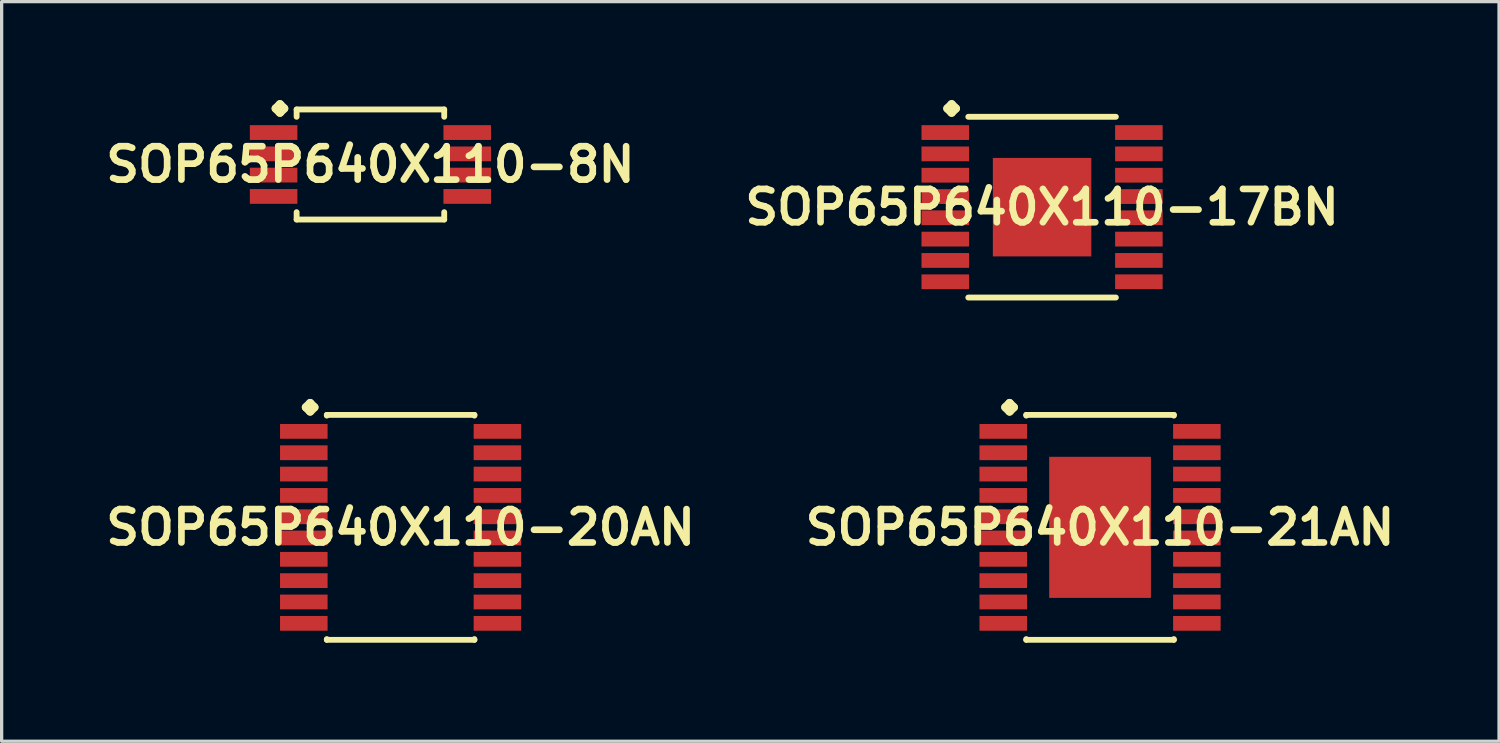
<source format=kicad_pcb>
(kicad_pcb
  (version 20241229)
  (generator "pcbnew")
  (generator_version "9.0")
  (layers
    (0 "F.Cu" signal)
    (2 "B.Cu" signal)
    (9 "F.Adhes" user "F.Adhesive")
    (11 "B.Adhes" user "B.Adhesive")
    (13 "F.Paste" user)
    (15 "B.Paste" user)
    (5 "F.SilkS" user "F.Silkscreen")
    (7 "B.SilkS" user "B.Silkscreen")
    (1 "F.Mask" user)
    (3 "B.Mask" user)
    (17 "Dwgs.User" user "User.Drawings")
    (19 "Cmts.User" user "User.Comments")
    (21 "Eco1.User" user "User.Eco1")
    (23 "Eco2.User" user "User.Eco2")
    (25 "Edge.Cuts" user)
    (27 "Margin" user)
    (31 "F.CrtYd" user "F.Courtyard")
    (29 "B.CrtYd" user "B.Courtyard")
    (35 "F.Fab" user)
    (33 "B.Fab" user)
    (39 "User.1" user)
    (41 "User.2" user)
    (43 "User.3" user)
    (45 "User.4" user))
  (footprint "SOP65P640X110-21AN"
    (layer "F.Cu")
    (at 30.461 13.015)
    (property "Reference" "SOP65P640X110-21AN" (at 0 0 0) (layer "F.SilkS") (effects (font (size 1.016 1.016) (thickness 0.203))))
    (attr smd)
    (fp_line (start -2.883 -3.658) (end -2.756 -3.785) (stroke (width 0.254) (type solid)) (layer "F.SilkS"))
    (fp_line (start -2.756 -3.785) (end -2.629 -3.658) (stroke (width 0.254) (type solid)) (layer "F.SilkS"))
    (fp_line (start -2.756 -3.531) (end -2.883 -3.658) (stroke (width 0.254) (type solid)) (layer "F.SilkS"))
    (fp_line (start -2.629 -3.658) (end -2.756 -3.531) (stroke (width 0.254) (type solid)) (layer "F.SilkS"))
    (fp_line (start -2.248 -3.426) (end 2.248 -3.426) (stroke (width 0.178) (type solid)) (layer "F.SilkS"))
    (fp_line (start -2.248 -3.404) (end -2.248 -3.426) (stroke (width 0.178) (type solid)) (layer "F.SilkS"))
    (fp_line (start -2.248 3.404) (end -2.248 3.426) (stroke (width 0.178) (type solid)) (layer "F.SilkS"))
    (fp_line (start -2.248 3.426) (end 2.248 3.426) (stroke (width 0.178) (type solid)) (layer "F.SilkS"))
    (fp_line (start 2.248 -3.426) (end 2.248 -3.404) (stroke (width 0.178) (type solid)) (layer "F.SilkS"))
    (fp_line (start 2.248 3.426) (end 2.248 3.404) (stroke (width 0.178) (type solid)) (layer "F.SilkS"))
    (pad "1" smd rect (at -2.949 -2.924) (size 1.448 0.45) (layers "F.Cu" "F.Mask" "F.Paste"))
    (pad "2" smd rect (at -2.949 -2.273) (size 1.448 0.45) (layers "F.Cu" "F.Mask" "F.Paste"))
    (pad "3" smd rect (at -2.949 -1.623) (size 1.448 0.45) (layers "F.Cu" "F.Mask" "F.Paste"))
    (pad "4" smd rect (at -2.949 -0.973) (size 1.448 0.45) (layers "F.Cu" "F.Mask" "F.Paste"))
    (pad "5" smd rect (at -2.949 -0.323) (size 1.448 0.45) (layers "F.Cu" "F.Mask" "F.Paste"))
    (pad "6" smd rect (at -2.949 0.323) (size 1.448 0.45) (layers "F.Cu" "F.Mask" "F.Paste"))
    (pad "7" smd rect (at -2.949 0.973) (size 1.448 0.45) (layers "F.Cu" "F.Mask" "F.Paste"))
    (pad "8" smd rect (at -2.949 1.623) (size 1.448 0.45) (layers "F.Cu" "F.Mask" "F.Paste"))
    (pad "9" smd rect (at -2.949 2.273) (size 1.448 0.45) (layers "F.Cu" "F.Mask" "F.Paste"))
    (pad "10" smd rect (at -2.949 2.924) (size 1.448 0.45) (layers "F.Cu" "F.Mask" "F.Paste"))
    (pad "11" smd rect (at 2.949 2.924) (size 1.448 0.45) (layers "F.Cu" "F.Mask" "F.Paste"))
    (pad "12" smd rect (at 2.949 2.273) (size 1.448 0.45) (layers "F.Cu" "F.Mask" "F.Paste"))
    (pad "13" smd rect (at 2.949 1.623) (size 1.448 0.45) (layers "F.Cu" "F.Mask" "F.Paste"))
    (pad "14" smd rect (at 2.949 0.973) (size 1.448 0.45) (layers "F.Cu" "F.Mask" "F.Paste"))
    (pad "15" smd rect (at 2.949 0.323) (size 1.448 0.45) (layers "F.Cu" "F.Mask" "F.Paste"))
    (pad "16" smd rect (at 2.949 -0.323) (size 1.448 0.45) (layers "F.Cu" "F.Mask" "F.Paste"))
    (pad "17" smd rect (at 2.949 -0.973) (size 1.448 0.45) (layers "F.Cu" "F.Mask" "F.Paste"))
    (pad "18" smd rect (at 2.949 -1.623) (size 1.448 0.45) (layers "F.Cu" "F.Mask" "F.Paste"))
    (pad "19" smd rect (at 2.949 -2.273) (size 1.448 0.45) (layers "F.Cu" "F.Mask" "F.Paste"))
    (pad "20" smd rect (at 2.949 -2.924) (size 1.448 0.45) (layers "F.Cu" "F.Mask" "F.Paste"))
    (pad "21" smd rect (at 0 0) (size 3.099 4.298) (layers "F.Cu" "F.Mask" "F.Paste")))
  (footprint "SOP65P640X110-17BN"
    (layer "F.Cu")
    (at 28.695 3.261)
    (property "Reference" "SOP65P640X110-17BN" (at 0 0 0) (layer "F.SilkS") (effects (font (size 1.016 1.016) (thickness 0.203))))
    (attr smd)
    (fp_line (start -2.883 -3.007) (end -2.756 -3.134) (stroke (width 0.254) (type solid)) (layer "F.SilkS"))
    (fp_line (start -2.756 -3.134) (end -2.629 -3.007) (stroke (width 0.254) (type solid)) (layer "F.SilkS"))
    (fp_line (start -2.756 -2.88) (end -2.883 -3.007) (stroke (width 0.254) (type solid)) (layer "F.SilkS"))
    (fp_line (start -2.629 -3.007) (end -2.756 -2.88) (stroke (width 0.254) (type solid)) (layer "F.SilkS"))
    (fp_line (start -2.248 -2.753) (end 2.248 -2.753) (stroke (width 0.178) (type solid)) (layer "F.SilkS"))
    (fp_line (start -2.248 2.753) (end 2.248 2.753) (stroke (width 0.178) (type solid)) (layer "F.SilkS"))
    (pad "1" smd rect (at -2.949 -2.273) (size 1.448 0.45) (layers "F.Cu" "F.Mask" "F.Paste"))
    (pad "2" smd rect (at -2.949 -1.623) (size 1.448 0.45) (layers "F.Cu" "F.Mask" "F.Paste"))
    (pad "3" smd rect (at -2.949 -0.973) (size 1.448 0.45) (layers "F.Cu" "F.Mask" "F.Paste"))
    (pad "4" smd rect (at -2.949 -0.323) (size 1.448 0.45) (layers "F.Cu" "F.Mask" "F.Paste"))
    (pad "5" smd rect (at -2.949 0.323) (size 1.448 0.45) (layers "F.Cu" "F.Mask" "F.Paste"))
    (pad "6" smd rect (at -2.949 0.973) (size 1.448 0.45) (layers "F.Cu" "F.Mask" "F.Paste"))
    (pad "7" smd rect (at -2.949 1.623) (size 1.448 0.45) (layers "F.Cu" "F.Mask" "F.Paste"))
    (pad "8" smd rect (at -2.949 2.273) (size 1.448 0.45) (layers "F.Cu" "F.Mask" "F.Paste"))
    (pad "9" smd rect (at 2.949 2.273) (size 1.448 0.45) (layers "F.Cu" "F.Mask" "F.Paste"))
    (pad "10" smd rect (at 2.949 1.623) (size 1.448 0.45) (layers "F.Cu" "F.Mask" "F.Paste"))
    (pad "11" smd rect (at 2.949 0.973) (size 1.448 0.45) (layers "F.Cu" "F.Mask" "F.Paste"))
    (pad "12" smd rect (at 2.949 0.323) (size 1.448 0.45) (layers "F.Cu" "F.Mask" "F.Paste"))
    (pad "13" smd rect (at 2.949 -0.323) (size 1.448 0.45) (layers "F.Cu" "F.Mask" "F.Paste"))
    (pad "14" smd rect (at 2.949 -0.973) (size 1.448 0.45) (layers "F.Cu" "F.Mask" "F.Paste"))
    (pad "15" smd rect (at 2.949 -1.623) (size 1.448 0.45) (layers "F.Cu" "F.Mask" "F.Paste"))
    (pad "16" smd rect (at 2.949 -2.273) (size 1.448 0.45) (layers "F.Cu" "F.Mask" "F.Paste"))
    (pad "17" smd rect (at 0 0) (size 3 3) (layers "F.Cu" "F.Mask" "F.Paste")))
  (footprint "SOP65P640X110-20AN"
    (layer "F.Cu")
    (at 9.154 13.015)
    (property "Reference" "SOP65P640X110-20AN" (at 0 0 0) (layer "F.SilkS") (effects (font (size 1.016 1.016) (thickness 0.203))))
    (attr smd)
    (fp_line (start -2.883 -3.658) (end -2.756 -3.785) (stroke (width 0.254) (type solid)) (layer "F.SilkS"))
    (fp_line (start -2.756 -3.785) (end -2.629 -3.658) (stroke (width 0.254) (type solid)) (layer "F.SilkS"))
    (fp_line (start -2.756 -3.531) (end -2.883 -3.658) (stroke (width 0.254) (type solid)) (layer "F.SilkS"))
    (fp_line (start -2.629 -3.658) (end -2.756 -3.531) (stroke (width 0.254) (type solid)) (layer "F.SilkS"))
    (fp_line (start -2.248 -3.426) (end 2.248 -3.426) (stroke (width 0.178) (type solid)) (layer "F.SilkS"))
    (fp_line (start -2.248 -3.404) (end -2.248 -3.426) (stroke (width 0.178) (type solid)) (layer "F.SilkS"))
    (fp_line (start -2.248 3.404) (end -2.248 3.426) (stroke (width 0.178) (type solid)) (layer "F.SilkS"))
    (fp_line (start -2.248 3.426) (end 2.248 3.426) (stroke (width 0.178) (type solid)) (layer "F.SilkS"))
    (fp_line (start 2.248 -3.426) (end 2.248 -3.404) (stroke (width 0.178) (type solid)) (layer "F.SilkS"))
    (fp_line (start 2.248 3.426) (end 2.248 3.404) (stroke (width 0.178) (type solid)) (layer "F.SilkS"))
    (pad "1" smd rect (at -2.949 -2.924) (size 1.448 0.45) (layers "F.Cu" "F.Mask" "F.Paste"))
    (pad "2" smd rect (at -2.949 -2.273) (size 1.448 0.45) (layers "F.Cu" "F.Mask" "F.Paste"))
    (pad "3" smd rect (at -2.949 -1.623) (size 1.448 0.45) (layers "F.Cu" "F.Mask" "F.Paste"))
    (pad "4" smd rect (at -2.949 -0.973) (size 1.448 0.45) (layers "F.Cu" "F.Mask" "F.Paste"))
    (pad "5" smd rect (at -2.949 -0.323) (size 1.448 0.45) (layers "F.Cu" "F.Mask" "F.Paste"))
    (pad "6" smd rect (at -2.949 0.323) (size 1.448 0.45) (layers "F.Cu" "F.Mask" "F.Paste"))
    (pad "7" smd rect (at -2.949 0.973) (size 1.448 0.45) (layers "F.Cu" "F.Mask" "F.Paste"))
    (pad "8" smd rect (at -2.949 1.623) (size 1.448 0.45) (layers "F.Cu" "F.Mask" "F.Paste"))
    (pad "9" smd rect (at -2.949 2.273) (size 1.448 0.45) (layers "F.Cu" "F.Mask" "F.Paste"))
    (pad "10" smd rect (at -2.949 2.924) (size 1.448 0.45) (layers "F.Cu" "F.Mask" "F.Paste"))
    (pad "11" smd rect (at 2.949 2.924) (size 1.448 0.45) (layers "F.Cu" "F.Mask" "F.Paste"))
    (pad "12" smd rect (at 2.949 2.273) (size 1.448 0.45) (layers "F.Cu" "F.Mask" "F.Paste"))
    (pad "13" smd rect (at 2.949 1.623) (size 1.448 0.45) (layers "F.Cu" "F.Mask" "F.Paste"))
    (pad "14" smd rect (at 2.949 0.973) (size 1.448 0.45) (layers "F.Cu" "F.Mask" "F.Paste"))
    (pad "15" smd rect (at 2.949 0.323) (size 1.448 0.45) (layers "F.Cu" "F.Mask" "F.Paste"))
    (pad "16" smd rect (at 2.949 -0.323) (size 1.448 0.45) (layers "F.Cu" "F.Mask" "F.Paste"))
    (pad "17" smd rect (at 2.949 -0.973) (size 1.448 0.45) (layers "F.Cu" "F.Mask" "F.Paste"))
    (pad "18" smd rect (at 2.949 -1.623) (size 1.448 0.45) (layers "F.Cu" "F.Mask" "F.Paste"))
    (pad "19" smd rect (at 2.949 -2.273) (size 1.448 0.45) (layers "F.Cu" "F.Mask" "F.Paste"))
    (pad "20" smd rect (at 2.949 -2.924) (size 1.448 0.45) (layers "F.Cu" "F.Mask" "F.Paste")))
  (footprint "SOP65P640X110-8N"
    (layer "F.Cu")
    (at 8.234 1.961)
    (property "Reference" "SOP65P640X110-8N" (at 0 0 0) (layer "F.SilkS") (effects (font (size 1.016 1.016) (thickness 0.203))))
    (attr smd)
    (fp_line (start -2.883 -1.707) (end -2.756 -1.834) (stroke (width 0.254) (type solid)) (layer "F.SilkS"))
    (fp_line (start -2.756 -1.834) (end -2.629 -1.707) (stroke (width 0.254) (type solid)) (layer "F.SilkS"))
    (fp_line (start -2.756 -1.58) (end -2.883 -1.707) (stroke (width 0.254) (type solid)) (layer "F.SilkS"))
    (fp_line (start -2.629 -1.707) (end -2.756 -1.58) (stroke (width 0.254) (type solid)) (layer "F.SilkS"))
    (fp_line (start -2.248 -1.676) (end 2.248 -1.676) (stroke (width 0.178) (type solid)) (layer "F.SilkS"))
    (fp_line (start -2.248 -1.453) (end -2.248 -1.676) (stroke (width 0.178) (type solid)) (layer "F.SilkS"))
    (fp_line (start -2.248 1.453) (end -2.248 1.676) (stroke (width 0.178) (type solid)) (layer "F.SilkS"))
    (fp_line (start -2.248 1.676) (end 2.248 1.676) (stroke (width 0.178) (type solid)) (layer "F.SilkS"))
    (fp_line (start 2.248 -1.676) (end 2.248 -1.453) (stroke (width 0.178) (type solid)) (layer "F.SilkS"))
    (fp_line (start 2.248 1.676) (end 2.248 1.453) (stroke (width 0.178) (type solid)) (layer "F.SilkS"))
    (pad "1" smd rect (at -2.949 -0.973) (size 1.448 0.45) (layers "F.Cu" "F.Mask" "F.Paste"))
    (pad "2" smd rect (at -2.949 -0.323) (size 1.448 0.45) (layers "F.Cu" "F.Mask" "F.Paste"))
    (pad "3" smd rect (at -2.949 0.323) (size 1.448 0.45) (layers "F.Cu" "F.Mask" "F.Paste"))
    (pad "4" smd rect (at -2.949 0.973) (size 1.448 0.45) (layers "F.Cu" "F.Mask" "F.Paste"))
    (pad "5" smd rect (at 2.949 0.973) (size 1.448 0.45) (layers "F.Cu" "F.Mask" "F.Paste"))
    (pad "6" smd rect (at 2.949 0.323) (size 1.448 0.45) (layers "F.Cu" "F.Mask" "F.Paste"))
    (pad "7" smd rect (at 2.949 -0.323) (size 1.448 0.45) (layers "F.Cu" "F.Mask" "F.Paste"))
    (pad "8" smd rect (at 2.949 -0.973) (size 1.448 0.45) (layers "F.Cu" "F.Mask" "F.Paste")))
  (gr_rect
    (start -3 -3)
    (end 42.615 19.531)
    (stroke (width 0.1) (type default))
    (fill no)
    (layer "Edge.Cuts")))
</source>
